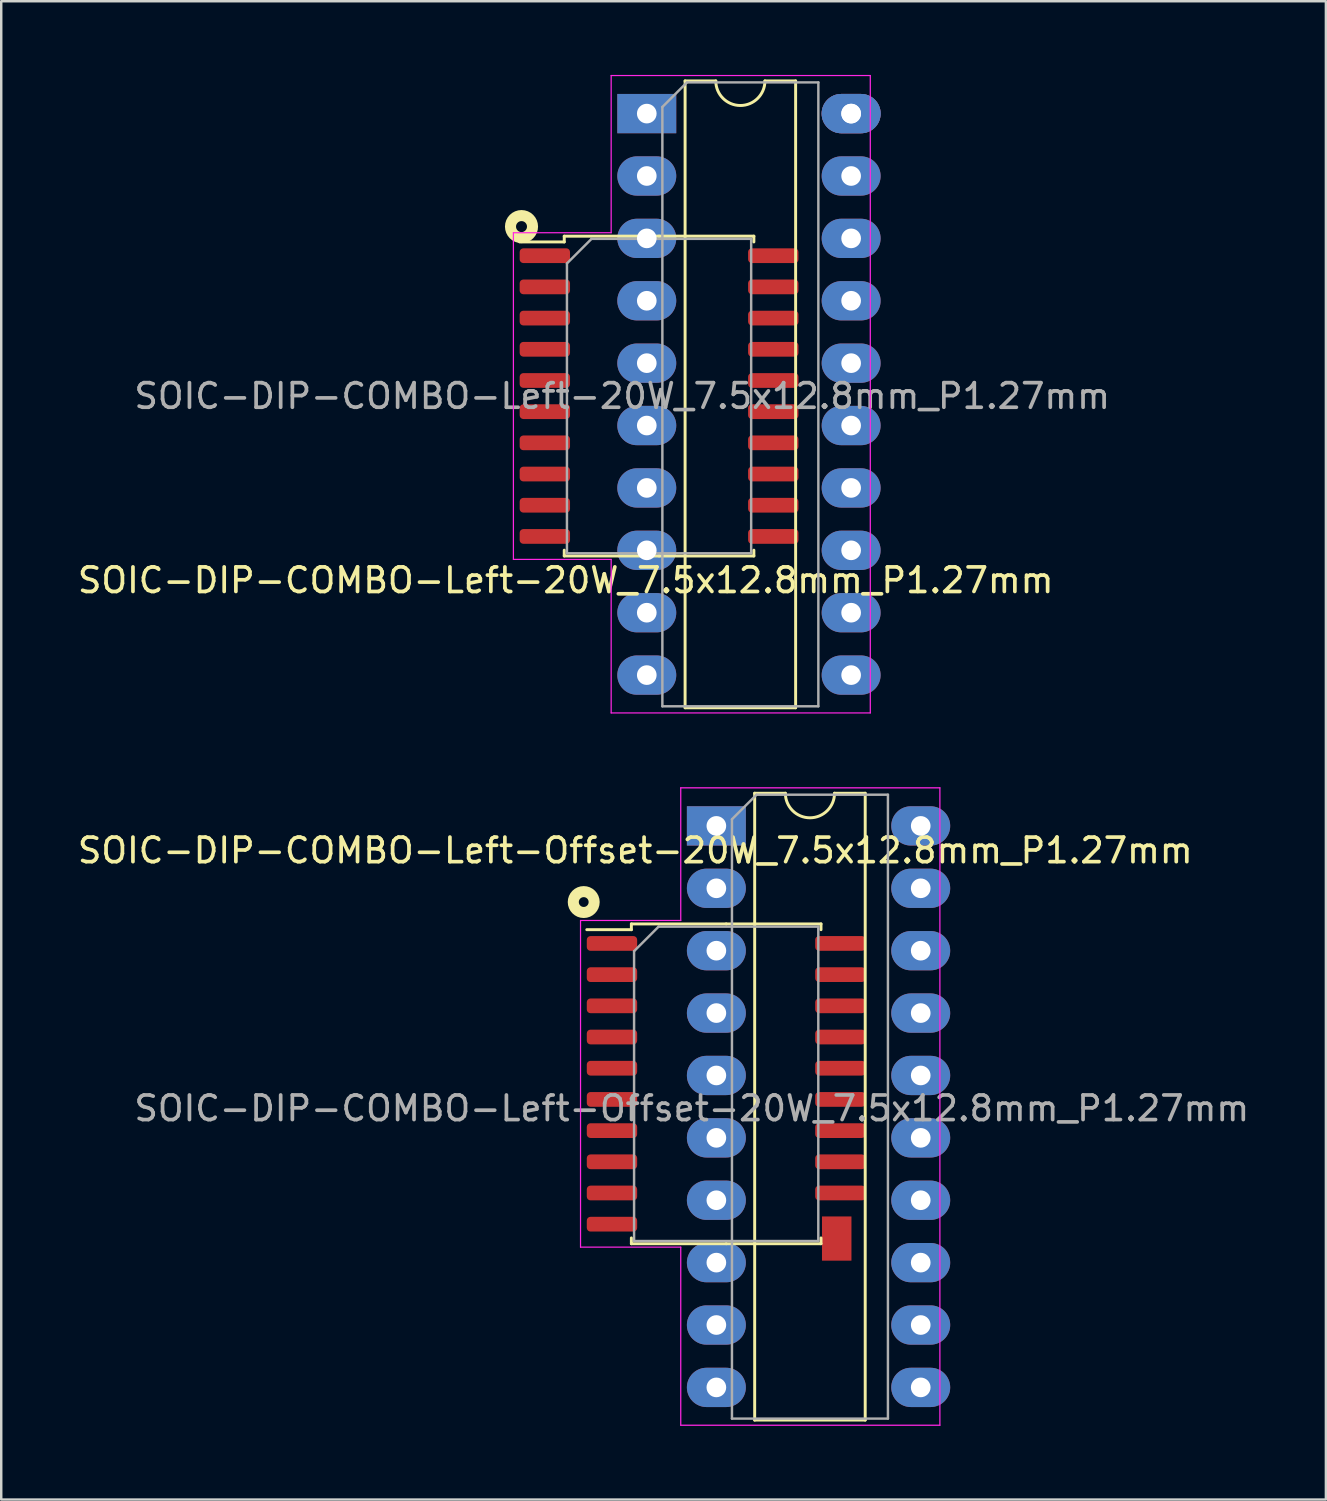
<source format=kicad_pcb>
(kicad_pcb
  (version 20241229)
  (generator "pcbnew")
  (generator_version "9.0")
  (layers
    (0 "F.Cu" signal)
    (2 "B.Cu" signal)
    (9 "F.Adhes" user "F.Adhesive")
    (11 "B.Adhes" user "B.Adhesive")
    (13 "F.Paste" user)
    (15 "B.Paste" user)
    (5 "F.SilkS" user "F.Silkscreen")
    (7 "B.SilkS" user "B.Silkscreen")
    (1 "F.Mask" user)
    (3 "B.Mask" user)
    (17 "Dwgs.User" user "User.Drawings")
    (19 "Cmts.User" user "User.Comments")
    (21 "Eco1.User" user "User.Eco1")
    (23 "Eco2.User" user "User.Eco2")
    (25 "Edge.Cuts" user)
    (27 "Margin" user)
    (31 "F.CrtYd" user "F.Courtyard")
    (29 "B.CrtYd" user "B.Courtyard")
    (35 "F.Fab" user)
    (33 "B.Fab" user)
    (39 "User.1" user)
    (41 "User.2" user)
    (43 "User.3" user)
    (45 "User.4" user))
  (footprint "SOIC-DIP-COMBO-Left-20W_7.5x12.8mm_P1.27mm"
    (layer "F.Cu")
    (at 23.182 13.075)
    (property "Reference" "SOIC-DIP-COMBO-Left-20W_7.5x12.8mm_P1.27mm" (at -3.2 7.5 0) (layer "F.SilkS") (effects (font (size 1 1) (thickness 0.15))))
    (attr smd)
    (fp_line (start -3.26 -6.51) (end -3.26 -6.275) (stroke (width 0.12) (type solid)) (layer "F.SilkS"))
    (fp_line (start -3.26 -6.275) (end -5.075 -6.275) (stroke (width 0.12) (type solid)) (layer "F.SilkS"))
    (fp_line (start -3.26 6.51) (end -3.26 6.275) (stroke (width 0.12) (type solid)) (layer "F.SilkS"))
    (fp_line (start 0.6 -6.51) (end -3.26 -6.51) (stroke (width 0.12) (type solid)) (layer "F.SilkS"))
    (fp_line (start 0.6 -6.51) (end 4.46 -6.51) (stroke (width 0.12) (type solid)) (layer "F.SilkS"))
    (fp_line (start 0.6 6.51) (end -3.26 6.51) (stroke (width 0.12) (type solid)) (layer "F.SilkS"))
    (fp_line (start 0.6 6.51) (end 4.46 6.51) (stroke (width 0.12) (type solid)) (layer "F.SilkS"))
    (fp_line (start 1.66 -12.83) (end 1.66 12.69) (stroke (width 0.12) (type solid)) (layer "F.SilkS"))
    (fp_line (start 1.66 12.69) (end 6.16 12.69) (stroke (width 0.12) (type solid)) (layer "F.SilkS"))
    (fp_line (start 2.91 -12.83) (end 1.66 -12.83) (stroke (width 0.12) (type solid)) (layer "F.SilkS"))
    (fp_line (start 4.46 -6.51) (end 4.46 -6.275) (stroke (width 0.12) (type solid)) (layer "F.SilkS"))
    (fp_line (start 4.46 6.51) (end 4.46 6.275) (stroke (width 0.12) (type solid)) (layer "F.SilkS"))
    (fp_line (start 6.16 -12.83) (end 4.91 -12.83) (stroke (width 0.12) (type solid)) (layer "F.SilkS"))
    (fp_line (start 6.16 12.69) (end 6.16 -12.83) (stroke (width 0.12) (type solid)) (layer "F.SilkS"))
    (fp_arc (start 4.91 -12.83) (mid 3.91 -11.83) (end 2.91 -12.83) (stroke (width 0.12) (type solid)) (layer "F.SilkS"))
    (fp_circle (center -5 -6.9) (end -4.8 -6.8) (stroke (width 0.45) (type solid)) (fill no) (layer "F.SilkS"))
    (fp_line (start -5.33 -6.65) (end -5.33 6.65) (stroke (width 0.05) (type solid)) (layer "F.CrtYd"))
    (fp_line (start -5.33 6.65) (end -1.35 6.65) (stroke (width 0.05) (type solid)) (layer "F.CrtYd"))
    (fp_line (start -1.35 -13.05) (end -1.35 -6.65) (stroke (width 0.05) (type solid)) (layer "F.CrtYd"))
    (fp_line (start -1.35 -6.65) (end -5.33 -6.65) (stroke (width 0.05) (type solid)) (layer "F.CrtYd"))
    (fp_line (start -1.35 6.65) (end -1.35 12.9) (stroke (width 0.05) (type solid)) (layer "F.CrtYd"))
    (fp_line (start -1.35 12.9) (end 9.2 12.9) (stroke (width 0.05) (type solid)) (layer "F.CrtYd"))
    (fp_line (start 9.2 -13.05) (end -1.35 -13.05) (stroke (width 0.05) (type solid)) (layer "F.CrtYd"))
    (fp_line (start 9.2 12.9) (end 9.2 -13.05) (stroke (width 0.05) (type solid)) (layer "F.CrtYd"))
    (fp_line (start -3.15 -5.4) (end -2.15 -6.4) (stroke (width 0.1) (type solid)) (layer "F.Fab"))
    (fp_line (start -3.15 6.4) (end -3.15 -5.4) (stroke (width 0.1) (type solid)) (layer "F.Fab"))
    (fp_line (start -2.15 -6.4) (end 4.35 -6.4) (stroke (width 0.1) (type solid)) (layer "F.Fab"))
    (fp_line (start 0.735 -11.77) (end 1.735 -12.77) (stroke (width 0.1) (type solid)) (layer "F.Fab"))
    (fp_line (start 0.735 12.63) (end 0.735 -11.77) (stroke (width 0.1) (type solid)) (layer "F.Fab"))
    (fp_line (start 1.735 -12.77) (end 7.085 -12.77) (stroke (width 0.1) (type solid)) (layer "F.Fab"))
    (fp_line (start 4.35 -6.4) (end 4.35 6.4) (stroke (width 0.1) (type solid)) (layer "F.Fab"))
    (fp_line (start 4.35 6.4) (end -3.15 6.4) (stroke (width 0.1) (type solid)) (layer "F.Fab"))
    (fp_line (start 7.085 -12.77) (end 7.085 12.63) (stroke (width 0.1) (type solid)) (layer "F.Fab"))
    (fp_line (start 7.085 12.63) (end 0.735 12.63) (stroke (width 0.1) (type solid)) (layer "F.Fab"))
    (fp_text user "${REFERENCE}" (at -0.9 0 0) (layer "F.Fab") (effects (font (size 1 1) (thickness 0.15))))
    (pad "1" smd roundrect (at -4.05 -5.715) (size 2.05 0.6) (layers "F.Cu" "F.Mask" "F.Paste") (roundrect_rratio 0.25))
    (pad "1" thru_hole rect (at 0.1 -11.5) (size 2.4 1.6) (drill 0.8) (layers "*.Cu" "*.Mask"))
    (pad "2" smd roundrect (at -4.05 -4.445) (size 2.05 0.6) (layers "F.Cu" "F.Mask" "F.Paste") (roundrect_rratio 0.25))
    (pad "2" thru_hole oval (at 0.1 -8.96) (size 2.4 1.6) (drill 0.8) (layers "*.Cu" "*.Mask"))
    (pad "3" smd roundrect (at -4.05 -3.175) (size 2.05 0.6) (layers "F.Cu" "F.Mask" "F.Paste") (roundrect_rratio 0.25))
    (pad "3" thru_hole oval (at 0.1 -6.42) (size 2.4 1.6) (drill 0.8) (layers "*.Cu" "*.Mask"))
    (pad "4" smd roundrect (at -4.05 -1.905) (size 2.05 0.6) (layers "F.Cu" "F.Mask" "F.Paste") (roundrect_rratio 0.25))
    (pad "4" thru_hole oval (at 0.1 -3.88) (size 2.4 1.6) (drill 0.8) (layers "*.Cu" "*.Mask"))
    (pad "5" smd roundrect (at -4.05 -0.635) (size 2.05 0.6) (layers "F.Cu" "F.Mask" "F.Paste") (roundrect_rratio 0.25))
    (pad "5" thru_hole oval (at 0.1 -1.34) (size 2.4 1.6) (drill 0.8) (layers "*.Cu" "*.Mask"))
    (pad "6" smd roundrect (at -4.05 0.635) (size 2.05 0.6) (layers "F.Cu" "F.Mask" "F.Paste") (roundrect_rratio 0.25))
    (pad "6" thru_hole oval (at 0.1 1.2) (size 2.4 1.6) (drill 0.8) (layers "*.Cu" "*.Mask"))
    (pad "7" smd roundrect (at -4.05 1.905) (size 2.05 0.6) (layers "F.Cu" "F.Mask" "F.Paste") (roundrect_rratio 0.25))
    (pad "7" thru_hole oval (at 0.1 3.74) (size 2.4 1.6) (drill 0.8) (layers "*.Cu" "*.Mask"))
    (pad "8" smd roundrect (at -4.05 3.175) (size 2.05 0.6) (layers "F.Cu" "F.Mask" "F.Paste") (roundrect_rratio 0.25))
    (pad "8" thru_hole oval (at 0.1 6.28) (size 2.4 1.6) (drill 0.8) (layers "*.Cu" "*.Mask"))
    (pad "9" smd roundrect (at -4.05 4.445) (size 2.05 0.6) (layers "F.Cu" "F.Mask" "F.Paste") (roundrect_rratio 0.25))
    (pad "9" thru_hole oval (at 0.1 8.82) (size 2.4 1.6) (drill 0.8) (layers "*.Cu" "*.Mask"))
    (pad "10" smd roundrect (at -4.05 5.715) (size 2.05 0.6) (layers "F.Cu" "F.Mask" "F.Paste") (roundrect_rratio 0.25))
    (pad "10" thru_hole oval (at 0.1 11.36) (size 2.4 1.6) (drill 0.8) (layers "*.Cu" "*.Mask"))
    (pad "11" smd roundrect (at 5.25 5.715) (size 2.05 0.6) (layers "F.Cu" "F.Mask" "F.Paste") (roundrect_rratio 0.25))
    (pad "11" thru_hole oval (at 8.42 11.36) (size 2.4 1.6) (drill 0.8) (layers "*.Cu" "*.Mask"))
    (pad "12" smd roundrect (at 5.25 4.445) (size 2.05 0.6) (layers "F.Cu" "F.Mask" "F.Paste") (roundrect_rratio 0.25))
    (pad "12" thru_hole oval (at 8.42 8.82) (size 2.4 1.6) (drill 0.8) (layers "*.Cu" "*.Mask"))
    (pad "13" smd roundrect (at 5.25 3.175) (size 2.05 0.6) (layers "F.Cu" "F.Mask" "F.Paste") (roundrect_rratio 0.25))
    (pad "13" thru_hole oval (at 8.42 6.28) (size 2.4 1.6) (drill 0.8) (layers "*.Cu" "*.Mask"))
    (pad "14" smd roundrect (at 5.25 1.905) (size 2.05 0.6) (layers "F.Cu" "F.Mask" "F.Paste") (roundrect_rratio 0.25))
    (pad "14" thru_hole oval (at 8.42 3.74) (size 2.4 1.6) (drill 0.8) (layers "*.Cu" "*.Mask"))
    (pad "15" smd roundrect (at 5.25 0.635) (size 2.05 0.6) (layers "F.Cu" "F.Mask" "F.Paste") (roundrect_rratio 0.25))
    (pad "15" thru_hole oval (at 8.42 1.2) (size 2.4 1.6) (drill 0.8) (layers "*.Cu" "*.Mask"))
    (pad "16" smd roundrect (at 5.25 -0.635) (size 2.05 0.6) (layers "F.Cu" "F.Mask" "F.Paste") (roundrect_rratio 0.25))
    (pad "16" thru_hole oval (at 8.42 -1.34) (size 2.4 1.6) (drill 0.8) (layers "*.Cu" "*.Mask"))
    (pad "17" smd roundrect (at 5.25 -1.905) (size 2.05 0.6) (layers "F.Cu" "F.Mask" "F.Paste") (roundrect_rratio 0.25))
    (pad "17" thru_hole oval (at 8.42 -3.88) (size 2.4 1.6) (drill 0.8) (layers "*.Cu" "*.Mask"))
    (pad "18" smd roundrect (at 5.25 -3.175) (size 2.05 0.6) (layers "F.Cu" "F.Mask" "F.Paste") (roundrect_rratio 0.25))
    (pad "18" thru_hole oval (at 8.42 -6.42) (size 2.4 1.6) (drill 0.8) (layers "*.Cu" "*.Mask"))
    (pad "19" smd roundrect (at 5.25 -4.445) (size 2.05 0.6) (layers "F.Cu" "F.Mask" "F.Paste") (roundrect_rratio 0.25))
    (pad "19" thru_hole oval (at 8.42 -8.96) (size 2.4 1.6) (drill 0.8) (layers "*.Cu" "*.Mask"))
    (pad "20" smd roundrect (at 5.25 -5.715) (size 2.05 0.6) (layers "F.Cu" "F.Mask" "F.Paste") (roundrect_rratio 0.25))
    (pad "20" thru_hole oval (at 8.42 -11.5) (size 2.4 1.6) (drill 0.8) (layers "*.Cu" "*.Mask"))
    (pad "20" thru_hole oval (at 8.42 -11.5) (size 2.4 1.6) (drill 0.8) (layers "*.Cu" "*.Mask")))
  (footprint "SOIC-DIP-COMBO-Left-Offset-20W_7.5x12.8mm_P1.27mm"
    (layer "F.Cu")
    (at 26.015 42.075)
    (property "Reference" "SOIC-DIP-COMBO-Left-Offset-20W_7.5x12.8mm_P1.27mm" (at -3.2 -10.5 0) (layer "F.SilkS") (effects (font (size 1 1) (thickness 0.15))))
    (attr smd)
    (fp_line (start -3.36 -7.51) (end -3.36 -7.275) (stroke (width 0.12) (type solid)) (layer "F.SilkS"))
    (fp_line (start -3.36 -7.275) (end -5.175 -7.275) (stroke (width 0.12) (type solid)) (layer "F.SilkS"))
    (fp_line (start -3.36 5.51) (end -3.36 5.275) (stroke (width 0.12) (type solid)) (layer "F.SilkS"))
    (fp_line (start 0.5 -7.51) (end -3.36 -7.51) (stroke (width 0.12) (type solid)) (layer "F.SilkS"))
    (fp_line (start 0.5 -7.51) (end 4.36 -7.51) (stroke (width 0.12) (type solid)) (layer "F.SilkS"))
    (fp_line (start 0.5 5.51) (end -3.36 5.51) (stroke (width 0.12) (type solid)) (layer "F.SilkS"))
    (fp_line (start 0.5 5.51) (end 4.36 5.51) (stroke (width 0.12) (type solid)) (layer "F.SilkS"))
    (fp_line (start 1.66 -12.83) (end 1.66 12.69) (stroke (width 0.12) (type solid)) (layer "F.SilkS"))
    (fp_line (start 1.66 12.69) (end 6.16 12.69) (stroke (width 0.12) (type solid)) (layer "F.SilkS"))
    (fp_line (start 2.91 -12.83) (end 1.66 -12.83) (stroke (width 0.12) (type solid)) (layer "F.SilkS"))
    (fp_line (start 4.36 -7.51) (end 4.36 -7.275) (stroke (width 0.12) (type solid)) (layer "F.SilkS"))
    (fp_line (start 4.36 5.51) (end 4.36 5.275) (stroke (width 0.12) (type solid)) (layer "F.SilkS"))
    (fp_line (start 6.16 -12.83) (end 4.91 -12.83) (stroke (width 0.12) (type solid)) (layer "F.SilkS"))
    (fp_line (start 6.16 12.69) (end 6.16 -12.83) (stroke (width 0.12) (type solid)) (layer "F.SilkS"))
    (fp_arc (start 4.91 -12.83) (mid 3.91 -11.83) (end 2.91 -12.83) (stroke (width 0.12) (type solid)) (layer "F.SilkS"))
    (fp_circle (center -5.3 -8.4) (end -5.1 -8.4) (stroke (width 0.45) (type solid)) (fill no) (layer "F.SilkS"))
    (fp_line (start -5.43 -7.65) (end -5.43 5.65) (stroke (width 0.05) (type solid)) (layer "F.CrtYd"))
    (fp_line (start -5.43 5.65) (end -1.35 5.65) (stroke (width 0.05) (type solid)) (layer "F.CrtYd"))
    (fp_line (start -1.35 -13.05) (end -1.35 -7.65) (stroke (width 0.05) (type solid)) (layer "F.CrtYd"))
    (fp_line (start -1.35 -7.65) (end -5.43 -7.65) (stroke (width 0.05) (type solid)) (layer "F.CrtYd"))
    (fp_line (start -1.35 5.65) (end -1.35 12.9) (stroke (width 0.05) (type solid)) (layer "F.CrtYd"))
    (fp_line (start -1.35 12.9) (end 9.2 12.9) (stroke (width 0.05) (type solid)) (layer "F.CrtYd"))
    (fp_line (start 9.2 -13.05) (end -1.35 -13.05) (stroke (width 0.05) (type solid)) (layer "F.CrtYd"))
    (fp_line (start 9.2 12.9) (end 9.2 -13.05) (stroke (width 0.05) (type solid)) (layer "F.CrtYd"))
    (fp_line (start -3.25 -6.4) (end -2.25 -7.4) (stroke (width 0.1) (type solid)) (layer "F.Fab"))
    (fp_line (start -3.25 5.4) (end -3.25 -6.4) (stroke (width 0.1) (type solid)) (layer "F.Fab"))
    (fp_line (start -2.25 -7.4) (end 4.25 -7.4) (stroke (width 0.1) (type solid)) (layer "F.Fab"))
    (fp_line (start 0.735 -11.77) (end 1.735 -12.77) (stroke (width 0.1) (type solid)) (layer "F.Fab"))
    (fp_line (start 0.735 12.63) (end 0.735 -11.77) (stroke (width 0.1) (type solid)) (layer "F.Fab"))
    (fp_line (start 1.735 -12.77) (end 7.085 -12.77) (stroke (width 0.1) (type solid)) (layer "F.Fab"))
    (fp_line (start 4.25 -7.4) (end 4.25 5.4) (stroke (width 0.1) (type solid)) (layer "F.Fab"))
    (fp_line (start 4.25 5.4) (end -3.25 5.4) (stroke (width 0.1) (type solid)) (layer "F.Fab"))
    (fp_line (start 7.085 -12.77) (end 7.085 12.63) (stroke (width 0.1) (type solid)) (layer "F.Fab"))
    (fp_line (start 7.085 12.63) (end 0.735 12.63) (stroke (width 0.1) (type solid)) (layer "F.Fab"))
    (fp_text user "${REFERENCE}" (at -0.9 0 0) (layer "F.Fab") (effects (font (size 1 1) (thickness 0.15))))
    (pad "1" smd roundrect (at -4.15 -6.715) (size 2.05 0.6) (layers "F.Cu" "F.Mask" "F.Paste") (roundrect_rratio 0.25))
    (pad "1" thru_hole rect (at 0.1 -11.5) (size 2.4 1.6) (drill 0.8) (layers "*.Cu" "*.Mask"))
    (pad "2" smd roundrect (at -4.15 -5.445) (size 2.05 0.6) (layers "F.Cu" "F.Mask" "F.Paste") (roundrect_rratio 0.25))
    (pad "2" thru_hole oval (at 0.1 -8.96) (size 2.4 1.6) (drill 0.8) (layers "*.Cu" "*.Mask"))
    (pad "3" smd roundrect (at -4.15 -4.175) (size 2.05 0.6) (layers "F.Cu" "F.Mask" "F.Paste") (roundrect_rratio 0.25))
    (pad "3" thru_hole oval (at 0.1 -6.42) (size 2.4 1.6) (drill 0.8) (layers "*.Cu" "*.Mask"))
    (pad "4" smd roundrect (at -4.15 -2.905) (size 2.05 0.6) (layers "F.Cu" "F.Mask" "F.Paste") (roundrect_rratio 0.25))
    (pad "4" thru_hole oval (at 0.1 -3.88) (size 2.4 1.6) (drill 0.8) (layers "*.Cu" "*.Mask"))
    (pad "5" smd roundrect (at -4.15 -1.635) (size 2.05 0.6) (layers "F.Cu" "F.Mask" "F.Paste") (roundrect_rratio 0.25))
    (pad "5" thru_hole oval (at 0.1 -1.34) (size 2.4 1.6) (drill 0.8) (layers "*.Cu" "*.Mask"))
    (pad "6" smd roundrect (at -4.15 -0.365) (size 2.05 0.6) (layers "F.Cu" "F.Mask" "F.Paste") (roundrect_rratio 0.25))
    (pad "6" thru_hole oval (at 0.1 1.2) (size 2.4 1.6) (drill 0.8) (layers "*.Cu" "*.Mask"))
    (pad "7" smd roundrect (at -4.15 0.905) (size 2.05 0.6) (layers "F.Cu" "F.Mask" "F.Paste") (roundrect_rratio 0.25))
    (pad "7" thru_hole oval (at 0.1 3.74) (size 2.4 1.6) (drill 0.8) (layers "*.Cu" "*.Mask"))
    (pad "8" smd roundrect (at -4.15 2.175) (size 2.05 0.6) (layers "F.Cu" "F.Mask" "F.Paste") (roundrect_rratio 0.25))
    (pad "8" thru_hole oval (at 0.1 6.28) (size 2.4 1.6) (drill 0.8) (layers "*.Cu" "*.Mask"))
    (pad "9" smd roundrect (at -4.15 3.445) (size 2.05 0.6) (layers "F.Cu" "F.Mask" "F.Paste") (roundrect_rratio 0.25))
    (pad "9" thru_hole oval (at 0.1 8.82) (size 2.4 1.6) (drill 0.8) (layers "*.Cu" "*.Mask"))
    (pad "10" smd roundrect (at -4.15 4.715) (size 2.05 0.6) (layers "F.Cu" "F.Mask" "F.Paste") (roundrect_rratio 0.25))
    (pad "10" thru_hole oval (at 0.1 11.36) (size 2.4 1.6) (drill 0.8) (layers "*.Cu" "*.Mask"))
    (pad "11" smd rect (at 5 5.3) (size 1.2 1.8) (layers "F.Cu" "F.Mask" "F.Paste"))
    (pad "11" thru_hole oval (at 8.42 11.36) (size 2.4 1.6) (drill 0.8) (layers "*.Cu" "*.Mask"))
    (pad "12" smd roundrect (at 5.15 3.445) (size 2.05 0.6) (layers "F.Cu" "F.Mask" "F.Paste") (roundrect_rratio 0.25))
    (pad "12" thru_hole oval (at 8.42 8.82) (size 2.4 1.6) (drill 0.8) (layers "*.Cu" "*.Mask"))
    (pad "13" smd roundrect (at 5.15 2.175) (size 2.05 0.6) (layers "F.Cu" "F.Mask" "F.Paste") (roundrect_rratio 0.25))
    (pad "13" thru_hole oval (at 8.42 6.28) (size 2.4 1.6) (drill 0.8) (layers "*.Cu" "*.Mask"))
    (pad "14" smd roundrect (at 5.15 0.905) (size 2.05 0.6) (layers "F.Cu" "F.Mask" "F.Paste") (roundrect_rratio 0.25))
    (pad "14" thru_hole oval (at 8.42 3.74) (size 2.4 1.6) (drill 0.8) (layers "*.Cu" "*.Mask"))
    (pad "15" smd roundrect (at 5.15 -0.365) (size 2.05 0.6) (layers "F.Cu" "F.Mask" "F.Paste") (roundrect_rratio 0.25))
    (pad "15" thru_hole oval (at 8.42 1.2) (size 2.4 1.6) (drill 0.8) (layers "*.Cu" "*.Mask"))
    (pad "16" smd roundrect (at 5.15 -1.635) (size 2.05 0.6) (layers "F.Cu" "F.Mask" "F.Paste") (roundrect_rratio 0.25))
    (pad "16" thru_hole oval (at 8.42 -1.34) (size 2.4 1.6) (drill 0.8) (layers "*.Cu" "*.Mask"))
    (pad "17" smd roundrect (at 5.15 -2.905) (size 2.05 0.6) (layers "F.Cu" "F.Mask" "F.Paste") (roundrect_rratio 0.25))
    (pad "17" thru_hole oval (at 8.42 -3.88) (size 2.4 1.6) (drill 0.8) (layers "*.Cu" "*.Mask"))
    (pad "18" smd roundrect (at 5.15 -4.175) (size 2.05 0.6) (layers "F.Cu" "F.Mask" "F.Paste") (roundrect_rratio 0.25))
    (pad "18" thru_hole oval (at 8.42 -6.42) (size 2.4 1.6) (drill 0.8) (layers "*.Cu" "*.Mask"))
    (pad "19" smd roundrect (at 5.15 -5.445) (size 2.05 0.6) (layers "F.Cu" "F.Mask" "F.Paste") (roundrect_rratio 0.25))
    (pad "19" thru_hole oval (at 8.42 -8.96) (size 2.4 1.6) (drill 0.8) (layers "*.Cu" "*.Mask"))
    (pad "20" smd roundrect (at 5.15 -6.715) (size 2.05 0.6) (layers "F.Cu" "F.Mask" "F.Paste") (roundrect_rratio 0.25))
    (pad "20" thru_hole oval (at 8.42 -11.5) (size 2.4 1.6) (drill 0.8) (layers "*.Cu" "*.Mask")))
  (gr_rect
    (start -3 -3)
    (end 50.931 58)
    (stroke (width 0.1) (type default))
    (fill no)
    (layer "Edge.Cuts")))
</source>
